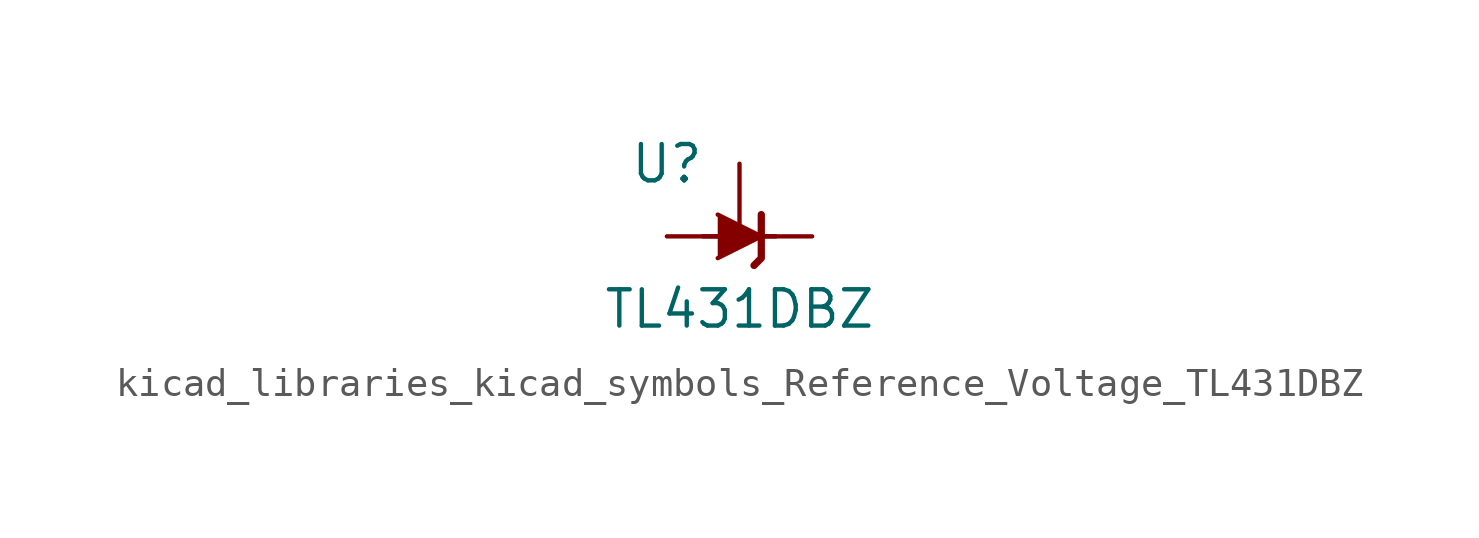
<source format=kicad_sym>
(kicad_symbol_lib
  (version 20220914)
  (generator kicad_symbol_editor)
  (symbol "kicad_libraries_kicad_symbols_Reference_Voltage_TL431DBZ"
    (pin_numbers hide)
    (pin_names hide)
    (property "Reference" "U"
      (at -2.54 2.54 0)
      (effects (font (size 1.27 1.27))))
    (property "Value" "TL431DBZ"
      (at 0 -2.54 0)
      (effects (font (size 1.27 1.27))))
    (symbol "kicad_libraries_kicad_symbols_Reference_Voltage_TL431DBZ_0_1"
      (polyline (pts (xy -1.27 0) (xy 0 0) (xy 1.27 0)) (stroke (width 0) (type default)) (fill (type none)))
      (polyline (pts (xy -0.762 0.762) (xy 0.762 0) (xy -0.762 -0.762)) (stroke (width 0) (type default)) (fill (type outline)))
      (polyline (pts (xy 0.508 -1.016) (xy 0.762 -0.762) (xy 0.762 0.762) (xy 0.762 0.762)) (stroke (width 0.254) (type default)) (fill (type none))))
    (symbol "kicad_libraries_kicad_symbols_Reference_Voltage_TL431DBZ_1_1"
      (pin passive line (at 2.54 0 180) (length 2.54) (name "K" (effects (font (size 1.27 1.27)))) (number "1" (effects (font (size 1.27 1.27)))))
      (pin passive line (at 0 2.54 270) (length 2.54) (name "REF" (effects (font (size 1.27 1.27)))) (number "2" (effects (font (size 1.27 1.27)))))
      (pin passive line (at -2.54 0 0) (length 2.54) (name "A" (effects (font (size 1.27 1.27)))) (number "3" (effects (font (size 1.27 1.27))))))))
</source>
